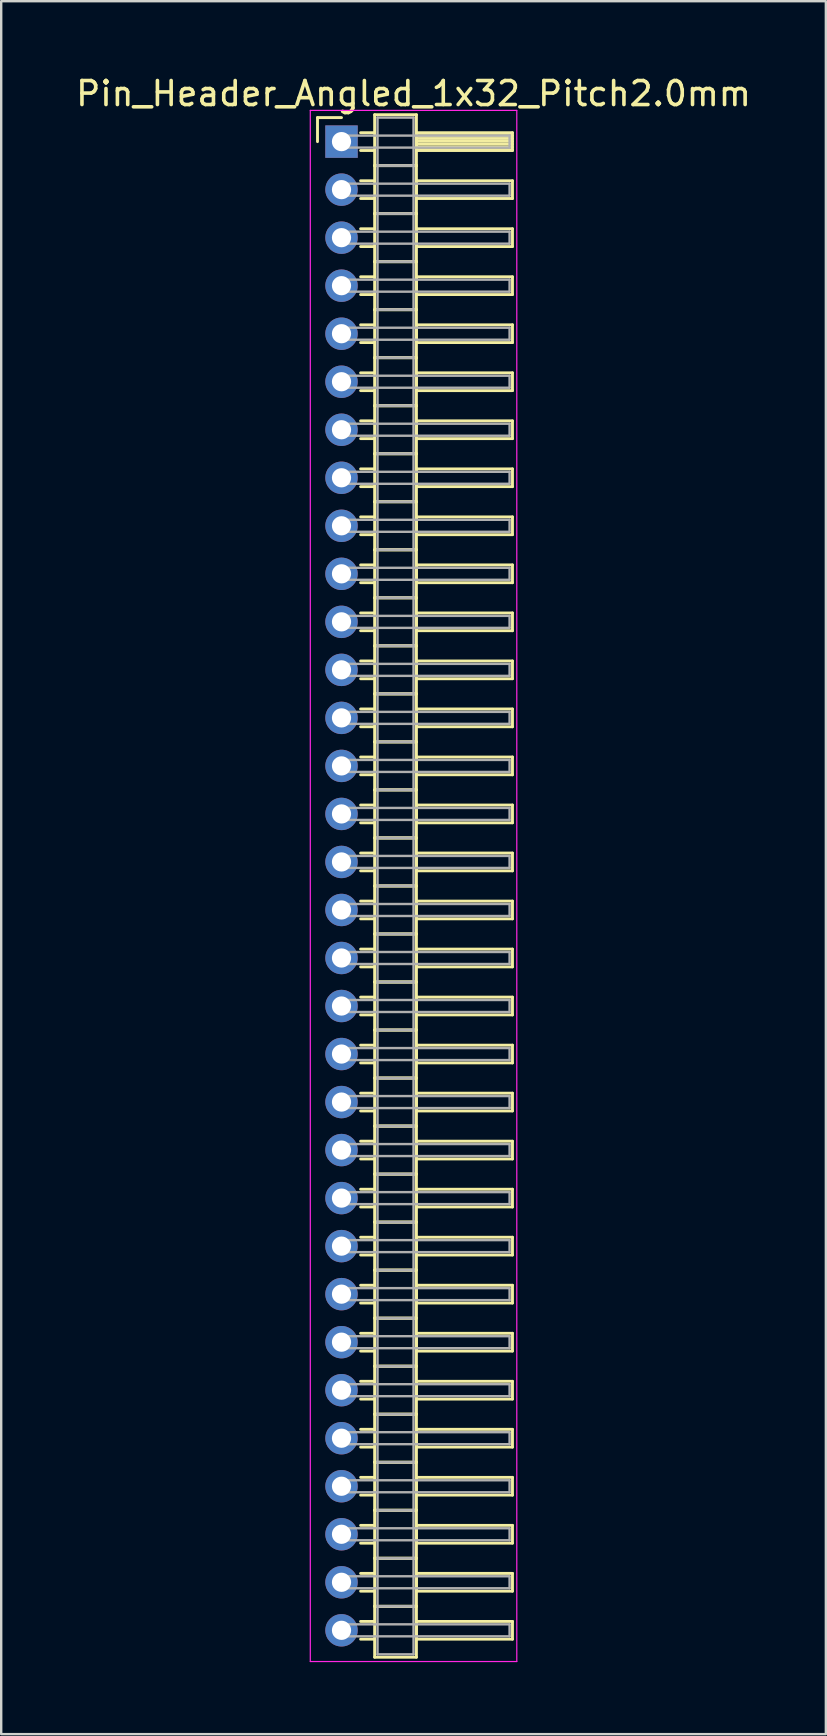
<source format=kicad_pcb>
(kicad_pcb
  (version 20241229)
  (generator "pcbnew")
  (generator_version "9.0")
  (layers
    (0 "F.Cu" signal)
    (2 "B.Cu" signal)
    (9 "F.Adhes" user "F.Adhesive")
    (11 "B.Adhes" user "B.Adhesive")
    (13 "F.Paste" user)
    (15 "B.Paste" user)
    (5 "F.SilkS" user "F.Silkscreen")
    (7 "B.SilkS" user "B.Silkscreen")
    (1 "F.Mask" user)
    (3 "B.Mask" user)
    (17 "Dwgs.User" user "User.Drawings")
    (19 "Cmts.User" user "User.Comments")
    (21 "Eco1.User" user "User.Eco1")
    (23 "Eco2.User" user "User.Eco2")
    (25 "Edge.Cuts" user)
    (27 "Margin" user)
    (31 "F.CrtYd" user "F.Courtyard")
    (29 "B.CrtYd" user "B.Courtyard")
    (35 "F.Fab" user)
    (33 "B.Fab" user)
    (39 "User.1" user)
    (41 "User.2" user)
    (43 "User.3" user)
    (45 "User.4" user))
  (footprint "Pin_Header_Angled_1x32_Pitch2.0mm"
    (layer "F.Cu")
    (at 11.173 2.848)
    (property "Reference" "Pin_Header_Angled_1x32_Pitch2.0mm" (at 3 -2 0) (layer "F.SilkS") (effects (font (size 1 1) (thickness 0.15))))
    (attr through_hole)
    (fp_line (start -1 -1) (end 0 -1) (stroke (width 0.12) (type solid)) (layer "F.SilkS"))
    (fp_line (start -1 0) (end -1 -1) (stroke (width 0.12) (type solid)) (layer "F.SilkS"))
    (fp_line (start 0.795 -0.37) (end 1.38 -0.37) (stroke (width 0.12) (type solid)) (layer "F.SilkS"))
    (fp_line (start 0.795 0.37) (end 1.38 0.37) (stroke (width 0.12) (type solid)) (layer "F.SilkS"))
    (fp_line (start 0.795 1.63) (end 1.38 1.63) (stroke (width 0.12) (type solid)) (layer "F.SilkS"))
    (fp_line (start 0.795 2.37) (end 1.38 2.37) (stroke (width 0.12) (type solid)) (layer "F.SilkS"))
    (fp_line (start 0.795 3.63) (end 1.38 3.63) (stroke (width 0.12) (type solid)) (layer "F.SilkS"))
    (fp_line (start 0.795 4.37) (end 1.38 4.37) (stroke (width 0.12) (type solid)) (layer "F.SilkS"))
    (fp_line (start 0.795 5.63) (end 1.38 5.63) (stroke (width 0.12) (type solid)) (layer "F.SilkS"))
    (fp_line (start 0.795 6.37) (end 1.38 6.37) (stroke (width 0.12) (type solid)) (layer "F.SilkS"))
    (fp_line (start 0.795 7.63) (end 1.38 7.63) (stroke (width 0.12) (type solid)) (layer "F.SilkS"))
    (fp_line (start 0.795 8.37) (end 1.38 8.37) (stroke (width 0.12) (type solid)) (layer "F.SilkS"))
    (fp_line (start 0.795 9.63) (end 1.38 9.63) (stroke (width 0.12) (type solid)) (layer "F.SilkS"))
    (fp_line (start 0.795 10.37) (end 1.38 10.37) (stroke (width 0.12) (type solid)) (layer "F.SilkS"))
    (fp_line (start 0.795 11.63) (end 1.38 11.63) (stroke (width 0.12) (type solid)) (layer "F.SilkS"))
    (fp_line (start 0.795 12.37) (end 1.38 12.37) (stroke (width 0.12) (type solid)) (layer "F.SilkS"))
    (fp_line (start 0.795 13.63) (end 1.38 13.63) (stroke (width 0.12) (type solid)) (layer "F.SilkS"))
    (fp_line (start 0.795 14.37) (end 1.38 14.37) (stroke (width 0.12) (type solid)) (layer "F.SilkS"))
    (fp_line (start 0.795 15.63) (end 1.38 15.63) (stroke (width 0.12) (type solid)) (layer "F.SilkS"))
    (fp_line (start 0.795 16.37) (end 1.38 16.37) (stroke (width 0.12) (type solid)) (layer "F.SilkS"))
    (fp_line (start 0.795 17.63) (end 1.38 17.63) (stroke (width 0.12) (type solid)) (layer "F.SilkS"))
    (fp_line (start 0.795 18.37) (end 1.38 18.37) (stroke (width 0.12) (type solid)) (layer "F.SilkS"))
    (fp_line (start 0.795 19.63) (end 1.38 19.63) (stroke (width 0.12) (type solid)) (layer "F.SilkS"))
    (fp_line (start 0.795 20.37) (end 1.38 20.37) (stroke (width 0.12) (type solid)) (layer "F.SilkS"))
    (fp_line (start 0.795 21.63) (end 1.38 21.63) (stroke (width 0.12) (type solid)) (layer "F.SilkS"))
    (fp_line (start 0.795 22.37) (end 1.38 22.37) (stroke (width 0.12) (type solid)) (layer "F.SilkS"))
    (fp_line (start 0.795 23.63) (end 1.38 23.63) (stroke (width 0.12) (type solid)) (layer "F.SilkS"))
    (fp_line (start 0.795 24.37) (end 1.38 24.37) (stroke (width 0.12) (type solid)) (layer "F.SilkS"))
    (fp_line (start 0.795 25.63) (end 1.38 25.63) (stroke (width 0.12) (type solid)) (layer "F.SilkS"))
    (fp_line (start 0.795 26.37) (end 1.38 26.37) (stroke (width 0.12) (type solid)) (layer "F.SilkS"))
    (fp_line (start 0.795 27.63) (end 1.38 27.63) (stroke (width 0.12) (type solid)) (layer "F.SilkS"))
    (fp_line (start 0.795 28.37) (end 1.38 28.37) (stroke (width 0.12) (type solid)) (layer "F.SilkS"))
    (fp_line (start 0.795 29.63) (end 1.38 29.63) (stroke (width 0.12) (type solid)) (layer "F.SilkS"))
    (fp_line (start 0.795 30.37) (end 1.38 30.37) (stroke (width 0.12) (type solid)) (layer "F.SilkS"))
    (fp_line (start 0.795 31.63) (end 1.38 31.63) (stroke (width 0.12) (type solid)) (layer "F.SilkS"))
    (fp_line (start 0.795 32.37) (end 1.38 32.37) (stroke (width 0.12) (type solid)) (layer "F.SilkS"))
    (fp_line (start 0.795 33.63) (end 1.38 33.63) (stroke (width 0.12) (type solid)) (layer "F.SilkS"))
    (fp_line (start 0.795 34.37) (end 1.38 34.37) (stroke (width 0.12) (type solid)) (layer "F.SilkS"))
    (fp_line (start 0.795 35.63) (end 1.38 35.63) (stroke (width 0.12) (type solid)) (layer "F.SilkS"))
    (fp_line (start 0.795 36.37) (end 1.38 36.37) (stroke (width 0.12) (type solid)) (layer "F.SilkS"))
    (fp_line (start 0.795 37.63) (end 1.38 37.63) (stroke (width 0.12) (type solid)) (layer "F.SilkS"))
    (fp_line (start 0.795 38.37) (end 1.38 38.37) (stroke (width 0.12) (type solid)) (layer "F.SilkS"))
    (fp_line (start 0.795 39.63) (end 1.38 39.63) (stroke (width 0.12) (type solid)) (layer "F.SilkS"))
    (fp_line (start 0.795 40.37) (end 1.38 40.37) (stroke (width 0.12) (type solid)) (layer "F.SilkS"))
    (fp_line (start 0.795 41.63) (end 1.38 41.63) (stroke (width 0.12) (type solid)) (layer "F.SilkS"))
    (fp_line (start 0.795 42.37) (end 1.38 42.37) (stroke (width 0.12) (type solid)) (layer "F.SilkS"))
    (fp_line (start 0.795 43.63) (end 1.38 43.63) (stroke (width 0.12) (type solid)) (layer "F.SilkS"))
    (fp_line (start 0.795 44.37) (end 1.38 44.37) (stroke (width 0.12) (type solid)) (layer "F.SilkS"))
    (fp_line (start 0.795 45.63) (end 1.38 45.63) (stroke (width 0.12) (type solid)) (layer "F.SilkS"))
    (fp_line (start 0.795 46.37) (end 1.38 46.37) (stroke (width 0.12) (type solid)) (layer "F.SilkS"))
    (fp_line (start 0.795 47.63) (end 1.38 47.63) (stroke (width 0.12) (type solid)) (layer "F.SilkS"))
    (fp_line (start 0.795 48.37) (end 1.38 48.37) (stroke (width 0.12) (type solid)) (layer "F.SilkS"))
    (fp_line (start 0.795 49.63) (end 1.38 49.63) (stroke (width 0.12) (type solid)) (layer "F.SilkS"))
    (fp_line (start 0.795 50.37) (end 1.38 50.37) (stroke (width 0.12) (type solid)) (layer "F.SilkS"))
    (fp_line (start 0.795 51.63) (end 1.38 51.63) (stroke (width 0.12) (type solid)) (layer "F.SilkS"))
    (fp_line (start 0.795 52.37) (end 1.38 52.37) (stroke (width 0.12) (type solid)) (layer "F.SilkS"))
    (fp_line (start 0.795 53.63) (end 1.38 53.63) (stroke (width 0.12) (type solid)) (layer "F.SilkS"))
    (fp_line (start 0.795 54.37) (end 1.38 54.37) (stroke (width 0.12) (type solid)) (layer "F.SilkS"))
    (fp_line (start 0.795 55.63) (end 1.38 55.63) (stroke (width 0.12) (type solid)) (layer "F.SilkS"))
    (fp_line (start 0.795 56.37) (end 1.38 56.37) (stroke (width 0.12) (type solid)) (layer "F.SilkS"))
    (fp_line (start 0.795 57.63) (end 1.38 57.63) (stroke (width 0.12) (type solid)) (layer "F.SilkS"))
    (fp_line (start 0.795 58.37) (end 1.38 58.37) (stroke (width 0.12) (type solid)) (layer "F.SilkS"))
    (fp_line (start 0.795 59.63) (end 1.38 59.63) (stroke (width 0.12) (type solid)) (layer "F.SilkS"))
    (fp_line (start 0.795 60.37) (end 1.38 60.37) (stroke (width 0.12) (type solid)) (layer "F.SilkS"))
    (fp_line (start 0.795 61.63) (end 1.38 61.63) (stroke (width 0.12) (type solid)) (layer "F.SilkS"))
    (fp_line (start 0.795 62.37) (end 1.38 62.37) (stroke (width 0.12) (type solid)) (layer "F.SilkS"))
    (fp_line (start 1.38 -1.12) (end 1.38 1) (stroke (width 0.12) (type solid)) (layer "F.SilkS"))
    (fp_line (start 1.38 1) (end 1.38 3) (stroke (width 0.12) (type solid)) (layer "F.SilkS"))
    (fp_line (start 1.38 1) (end 3.12 1) (stroke (width 0.12) (type solid)) (layer "F.SilkS"))
    (fp_line (start 1.38 3) (end 1.38 5) (stroke (width 0.12) (type solid)) (layer "F.SilkS"))
    (fp_line (start 1.38 3) (end 3.12 3) (stroke (width 0.12) (type solid)) (layer "F.SilkS"))
    (fp_line (start 1.38 5) (end 1.38 7) (stroke (width 0.12) (type solid)) (layer "F.SilkS"))
    (fp_line (start 1.38 5) (end 3.12 5) (stroke (width 0.12) (type solid)) (layer "F.SilkS"))
    (fp_line (start 1.38 7) (end 1.38 9) (stroke (width 0.12) (type solid)) (layer "F.SilkS"))
    (fp_line (start 1.38 7) (end 3.12 7) (stroke (width 0.12) (type solid)) (layer "F.SilkS"))
    (fp_line (start 1.38 9) (end 1.38 11) (stroke (width 0.12) (type solid)) (layer "F.SilkS"))
    (fp_line (start 1.38 9) (end 3.12 9) (stroke (width 0.12) (type solid)) (layer "F.SilkS"))
    (fp_line (start 1.38 11) (end 1.38 13) (stroke (width 0.12) (type solid)) (layer "F.SilkS"))
    (fp_line (start 1.38 11) (end 3.12 11) (stroke (width 0.12) (type solid)) (layer "F.SilkS"))
    (fp_line (start 1.38 13) (end 1.38 15) (stroke (width 0.12) (type solid)) (layer "F.SilkS"))
    (fp_line (start 1.38 13) (end 3.12 13) (stroke (width 0.12) (type solid)) (layer "F.SilkS"))
    (fp_line (start 1.38 15) (end 1.38 17) (stroke (width 0.12) (type solid)) (layer "F.SilkS"))
    (fp_line (start 1.38 15) (end 3.12 15) (stroke (width 0.12) (type solid)) (layer "F.SilkS"))
    (fp_line (start 1.38 17) (end 1.38 19) (stroke (width 0.12) (type solid)) (layer "F.SilkS"))
    (fp_line (start 1.38 17) (end 3.12 17) (stroke (width 0.12) (type solid)) (layer "F.SilkS"))
    (fp_line (start 1.38 19) (end 1.38 21) (stroke (width 0.12) (type solid)) (layer "F.SilkS"))
    (fp_line (start 1.38 19) (end 3.12 19) (stroke (width 0.12) (type solid)) (layer "F.SilkS"))
    (fp_line (start 1.38 21) (end 1.38 23) (stroke (width 0.12) (type solid)) (layer "F.SilkS"))
    (fp_line (start 1.38 21) (end 3.12 21) (stroke (width 0.12) (type solid)) (layer "F.SilkS"))
    (fp_line (start 1.38 23) (end 1.38 25) (stroke (width 0.12) (type solid)) (layer "F.SilkS"))
    (fp_line (start 1.38 23) (end 3.12 23) (stroke (width 0.12) (type solid)) (layer "F.SilkS"))
    (fp_line (start 1.38 25) (end 1.38 27) (stroke (width 0.12) (type solid)) (layer "F.SilkS"))
    (fp_line (start 1.38 25) (end 3.12 25) (stroke (width 0.12) (type solid)) (layer "F.SilkS"))
    (fp_line (start 1.38 27) (end 1.38 29) (stroke (width 0.12) (type solid)) (layer "F.SilkS"))
    (fp_line (start 1.38 27) (end 3.12 27) (stroke (width 0.12) (type solid)) (layer "F.SilkS"))
    (fp_line (start 1.38 29) (end 1.38 31) (stroke (width 0.12) (type solid)) (layer "F.SilkS"))
    (fp_line (start 1.38 29) (end 3.12 29) (stroke (width 0.12) (type solid)) (layer "F.SilkS"))
    (fp_line (start 1.38 31) (end 1.38 33) (stroke (width 0.12) (type solid)) (layer "F.SilkS"))
    (fp_line (start 1.38 31) (end 3.12 31) (stroke (width 0.12) (type solid)) (layer "F.SilkS"))
    (fp_line (start 1.38 33) (end 1.38 35) (stroke (width 0.12) (type solid)) (layer "F.SilkS"))
    (fp_line (start 1.38 33) (end 3.12 33) (stroke (width 0.12) (type solid)) (layer "F.SilkS"))
    (fp_line (start 1.38 35) (end 1.38 37) (stroke (width 0.12) (type solid)) (layer "F.SilkS"))
    (fp_line (start 1.38 35) (end 3.12 35) (stroke (width 0.12) (type solid)) (layer "F.SilkS"))
    (fp_line (start 1.38 37) (end 1.38 39) (stroke (width 0.12) (type solid)) (layer "F.SilkS"))
    (fp_line (start 1.38 37) (end 3.12 37) (stroke (width 0.12) (type solid)) (layer "F.SilkS"))
    (fp_line (start 1.38 39) (end 1.38 41) (stroke (width 0.12) (type solid)) (layer "F.SilkS"))
    (fp_line (start 1.38 39) (end 3.12 39) (stroke (width 0.12) (type solid)) (layer "F.SilkS"))
    (fp_line (start 1.38 41) (end 1.38 43) (stroke (width 0.12) (type solid)) (layer "F.SilkS"))
    (fp_line (start 1.38 41) (end 3.12 41) (stroke (width 0.12) (type solid)) (layer "F.SilkS"))
    (fp_line (start 1.38 43) (end 1.38 45) (stroke (width 0.12) (type solid)) (layer "F.SilkS"))
    (fp_line (start 1.38 43) (end 3.12 43) (stroke (width 0.12) (type solid)) (layer "F.SilkS"))
    (fp_line (start 1.38 45) (end 1.38 47) (stroke (width 0.12) (type solid)) (layer "F.SilkS"))
    (fp_line (start 1.38 45) (end 3.12 45) (stroke (width 0.12) (type solid)) (layer "F.SilkS"))
    (fp_line (start 1.38 47) (end 1.38 49) (stroke (width 0.12) (type solid)) (layer "F.SilkS"))
    (fp_line (start 1.38 47) (end 3.12 47) (stroke (width 0.12) (type solid)) (layer "F.SilkS"))
    (fp_line (start 1.38 49) (end 1.38 51) (stroke (width 0.12) (type solid)) (layer "F.SilkS"))
    (fp_line (start 1.38 49) (end 3.12 49) (stroke (width 0.12) (type solid)) (layer "F.SilkS"))
    (fp_line (start 1.38 51) (end 1.38 53) (stroke (width 0.12) (type solid)) (layer "F.SilkS"))
    (fp_line (start 1.38 51) (end 3.12 51) (stroke (width 0.12) (type solid)) (layer "F.SilkS"))
    (fp_line (start 1.38 53) (end 1.38 55) (stroke (width 0.12) (type solid)) (layer "F.SilkS"))
    (fp_line (start 1.38 53) (end 3.12 53) (stroke (width 0.12) (type solid)) (layer "F.SilkS"))
    (fp_line (start 1.38 55) (end 1.38 57) (stroke (width 0.12) (type solid)) (layer "F.SilkS"))
    (fp_line (start 1.38 55) (end 3.12 55) (stroke (width 0.12) (type solid)) (layer "F.SilkS"))
    (fp_line (start 1.38 57) (end 1.38 59) (stroke (width 0.12) (type solid)) (layer "F.SilkS"))
    (fp_line (start 1.38 57) (end 3.12 57) (stroke (width 0.12) (type solid)) (layer "F.SilkS"))
    (fp_line (start 1.38 59) (end 1.38 61) (stroke (width 0.12) (type solid)) (layer "F.SilkS"))
    (fp_line (start 1.38 59) (end 3.12 59) (stroke (width 0.12) (type solid)) (layer "F.SilkS"))
    (fp_line (start 1.38 61) (end 1.38 63.12) (stroke (width 0.12) (type solid)) (layer "F.SilkS"))
    (fp_line (start 1.38 61) (end 3.12 61) (stroke (width 0.12) (type solid)) (layer "F.SilkS"))
    (fp_line (start 1.38 63.12) (end 3.12 63.12) (stroke (width 0.12) (type solid)) (layer "F.SilkS"))
    (fp_line (start 3.12 -1.12) (end 1.38 -1.12) (stroke (width 0.12) (type solid)) (layer "F.SilkS"))
    (fp_line (start 3.12 -0.37) (end 3.12 0.37) (stroke (width 0.12) (type solid)) (layer "F.SilkS"))
    (fp_line (start 3.12 -0.25) (end 7.12 -0.25) (stroke (width 0.12) (type solid)) (layer "F.SilkS"))
    (fp_line (start 3.12 -0.13) (end 7.12 -0.13) (stroke (width 0.12) (type solid)) (layer "F.SilkS"))
    (fp_line (start 3.12 -0.01) (end 7.12 -0.01) (stroke (width 0.12) (type solid)) (layer "F.SilkS"))
    (fp_line (start 3.12 0.11) (end 7.12 0.11) (stroke (width 0.12) (type solid)) (layer "F.SilkS"))
    (fp_line (start 3.12 0.23) (end 7.12 0.23) (stroke (width 0.12) (type solid)) (layer "F.SilkS"))
    (fp_line (start 3.12 0.35) (end 7.12 0.35) (stroke (width 0.12) (type solid)) (layer "F.SilkS"))
    (fp_line (start 3.12 0.37) (end 7.12 0.37) (stroke (width 0.12) (type solid)) (layer "F.SilkS"))
    (fp_line (start 3.12 1) (end 1.38 1) (stroke (width 0.12) (type solid)) (layer "F.SilkS"))
    (fp_line (start 3.12 1) (end 3.12 -1.12) (stroke (width 0.12) (type solid)) (layer "F.SilkS"))
    (fp_line (start 3.12 1.63) (end 3.12 2.37) (stroke (width 0.12) (type solid)) (layer "F.SilkS"))
    (fp_line (start 3.12 2.37) (end 7.12 2.37) (stroke (width 0.12) (type solid)) (layer "F.SilkS"))
    (fp_line (start 3.12 3) (end 1.38 3) (stroke (width 0.12) (type solid)) (layer "F.SilkS"))
    (fp_line (start 3.12 3) (end 3.12 1) (stroke (width 0.12) (type solid)) (layer "F.SilkS"))
    (fp_line (start 3.12 3.63) (end 3.12 4.37) (stroke (width 0.12) (type solid)) (layer "F.SilkS"))
    (fp_line (start 3.12 4.37) (end 7.12 4.37) (stroke (width 0.12) (type solid)) (layer "F.SilkS"))
    (fp_line (start 3.12 5) (end 1.38 5) (stroke (width 0.12) (type solid)) (layer "F.SilkS"))
    (fp_line (start 3.12 5) (end 3.12 3) (stroke (width 0.12) (type solid)) (layer "F.SilkS"))
    (fp_line (start 3.12 5.63) (end 3.12 6.37) (stroke (width 0.12) (type solid)) (layer "F.SilkS"))
    (fp_line (start 3.12 6.37) (end 7.12 6.37) (stroke (width 0.12) (type solid)) (layer "F.SilkS"))
    (fp_line (start 3.12 7) (end 1.38 7) (stroke (width 0.12) (type solid)) (layer "F.SilkS"))
    (fp_line (start 3.12 7) (end 3.12 5) (stroke (width 0.12) (type solid)) (layer "F.SilkS"))
    (fp_line (start 3.12 7.63) (end 3.12 8.37) (stroke (width 0.12) (type solid)) (layer "F.SilkS"))
    (fp_line (start 3.12 8.37) (end 7.12 8.37) (stroke (width 0.12) (type solid)) (layer "F.SilkS"))
    (fp_line (start 3.12 9) (end 1.38 9) (stroke (width 0.12) (type solid)) (layer "F.SilkS"))
    (fp_line (start 3.12 9) (end 3.12 7) (stroke (width 0.12) (type solid)) (layer "F.SilkS"))
    (fp_line (start 3.12 9.63) (end 3.12 10.37) (stroke (width 0.12) (type solid)) (layer "F.SilkS"))
    (fp_line (start 3.12 10.37) (end 7.12 10.37) (stroke (width 0.12) (type solid)) (layer "F.SilkS"))
    (fp_line (start 3.12 11) (end 1.38 11) (stroke (width 0.12) (type solid)) (layer "F.SilkS"))
    (fp_line (start 3.12 11) (end 3.12 9) (stroke (width 0.12) (type solid)) (layer "F.SilkS"))
    (fp_line (start 3.12 11.63) (end 3.12 12.37) (stroke (width 0.12) (type solid)) (layer "F.SilkS"))
    (fp_line (start 3.12 12.37) (end 7.12 12.37) (stroke (width 0.12) (type solid)) (layer "F.SilkS"))
    (fp_line (start 3.12 13) (end 1.38 13) (stroke (width 0.12) (type solid)) (layer "F.SilkS"))
    (fp_line (start 3.12 13) (end 3.12 11) (stroke (width 0.12) (type solid)) (layer "F.SilkS"))
    (fp_line (start 3.12 13.63) (end 3.12 14.37) (stroke (width 0.12) (type solid)) (layer "F.SilkS"))
    (fp_line (start 3.12 14.37) (end 7.12 14.37) (stroke (width 0.12) (type solid)) (layer "F.SilkS"))
    (fp_line (start 3.12 15) (end 1.38 15) (stroke (width 0.12) (type solid)) (layer "F.SilkS"))
    (fp_line (start 3.12 15) (end 3.12 13) (stroke (width 0.12) (type solid)) (layer "F.SilkS"))
    (fp_line (start 3.12 15.63) (end 3.12 16.37) (stroke (width 0.12) (type solid)) (layer "F.SilkS"))
    (fp_line (start 3.12 16.37) (end 7.12 16.37) (stroke (width 0.12) (type solid)) (layer "F.SilkS"))
    (fp_line (start 3.12 17) (end 1.38 17) (stroke (width 0.12) (type solid)) (layer "F.SilkS"))
    (fp_line (start 3.12 17) (end 3.12 15) (stroke (width 0.12) (type solid)) (layer "F.SilkS"))
    (fp_line (start 3.12 17.63) (end 3.12 18.37) (stroke (width 0.12) (type solid)) (layer "F.SilkS"))
    (fp_line (start 3.12 18.37) (end 7.12 18.37) (stroke (width 0.12) (type solid)) (layer "F.SilkS"))
    (fp_line (start 3.12 19) (end 1.38 19) (stroke (width 0.12) (type solid)) (layer "F.SilkS"))
    (fp_line (start 3.12 19) (end 3.12 17) (stroke (width 0.12) (type solid)) (layer "F.SilkS"))
    (fp_line (start 3.12 19.63) (end 3.12 20.37) (stroke (width 0.12) (type solid)) (layer "F.SilkS"))
    (fp_line (start 3.12 20.37) (end 7.12 20.37) (stroke (width 0.12) (type solid)) (layer "F.SilkS"))
    (fp_line (start 3.12 21) (end 1.38 21) (stroke (width 0.12) (type solid)) (layer "F.SilkS"))
    (fp_line (start 3.12 21) (end 3.12 19) (stroke (width 0.12) (type solid)) (layer "F.SilkS"))
    (fp_line (start 3.12 21.63) (end 3.12 22.37) (stroke (width 0.12) (type solid)) (layer "F.SilkS"))
    (fp_line (start 3.12 22.37) (end 7.12 22.37) (stroke (width 0.12) (type solid)) (layer "F.SilkS"))
    (fp_line (start 3.12 23) (end 1.38 23) (stroke (width 0.12) (type solid)) (layer "F.SilkS"))
    (fp_line (start 3.12 23) (end 3.12 21) (stroke (width 0.12) (type solid)) (layer "F.SilkS"))
    (fp_line (start 3.12 23.63) (end 3.12 24.37) (stroke (width 0.12) (type solid)) (layer "F.SilkS"))
    (fp_line (start 3.12 24.37) (end 7.12 24.37) (stroke (width 0.12) (type solid)) (layer "F.SilkS"))
    (fp_line (start 3.12 25) (end 1.38 25) (stroke (width 0.12) (type solid)) (layer "F.SilkS"))
    (fp_line (start 3.12 25) (end 3.12 23) (stroke (width 0.12) (type solid)) (layer "F.SilkS"))
    (fp_line (start 3.12 25.63) (end 3.12 26.37) (stroke (width 0.12) (type solid)) (layer "F.SilkS"))
    (fp_line (start 3.12 26.37) (end 7.12 26.37) (stroke (width 0.12) (type solid)) (layer "F.SilkS"))
    (fp_line (start 3.12 27) (end 1.38 27) (stroke (width 0.12) (type solid)) (layer "F.SilkS"))
    (fp_line (start 3.12 27) (end 3.12 25) (stroke (width 0.12) (type solid)) (layer "F.SilkS"))
    (fp_line (start 3.12 27.63) (end 3.12 28.37) (stroke (width 0.12) (type solid)) (layer "F.SilkS"))
    (fp_line (start 3.12 28.37) (end 7.12 28.37) (stroke (width 0.12) (type solid)) (layer "F.SilkS"))
    (fp_line (start 3.12 29) (end 1.38 29) (stroke (width 0.12) (type solid)) (layer "F.SilkS"))
    (fp_line (start 3.12 29) (end 3.12 27) (stroke (width 0.12) (type solid)) (layer "F.SilkS"))
    (fp_line (start 3.12 29.63) (end 3.12 30.37) (stroke (width 0.12) (type solid)) (layer "F.SilkS"))
    (fp_line (start 3.12 30.37) (end 7.12 30.37) (stroke (width 0.12) (type solid)) (layer "F.SilkS"))
    (fp_line (start 3.12 31) (end 1.38 31) (stroke (width 0.12) (type solid)) (layer "F.SilkS"))
    (fp_line (start 3.12 31) (end 3.12 29) (stroke (width 0.12) (type solid)) (layer "F.SilkS"))
    (fp_line (start 3.12 31.63) (end 3.12 32.37) (stroke (width 0.12) (type solid)) (layer "F.SilkS"))
    (fp_line (start 3.12 32.37) (end 7.12 32.37) (stroke (width 0.12) (type solid)) (layer "F.SilkS"))
    (fp_line (start 3.12 33) (end 1.38 33) (stroke (width 0.12) (type solid)) (layer "F.SilkS"))
    (fp_line (start 3.12 33) (end 3.12 31) (stroke (width 0.12) (type solid)) (layer "F.SilkS"))
    (fp_line (start 3.12 33.63) (end 3.12 34.37) (stroke (width 0.12) (type solid)) (layer "F.SilkS"))
    (fp_line (start 3.12 34.37) (end 7.12 34.37) (stroke (width 0.12) (type solid)) (layer "F.SilkS"))
    (fp_line (start 3.12 35) (end 1.38 35) (stroke (width 0.12) (type solid)) (layer "F.SilkS"))
    (fp_line (start 3.12 35) (end 3.12 33) (stroke (width 0.12) (type solid)) (layer "F.SilkS"))
    (fp_line (start 3.12 35.63) (end 3.12 36.37) (stroke (width 0.12) (type solid)) (layer "F.SilkS"))
    (fp_line (start 3.12 36.37) (end 7.12 36.37) (stroke (width 0.12) (type solid)) (layer "F.SilkS"))
    (fp_line (start 3.12 37) (end 1.38 37) (stroke (width 0.12) (type solid)) (layer "F.SilkS"))
    (fp_line (start 3.12 37) (end 3.12 35) (stroke (width 0.12) (type solid)) (layer "F.SilkS"))
    (fp_line (start 3.12 37.63) (end 3.12 38.37) (stroke (width 0.12) (type solid)) (layer "F.SilkS"))
    (fp_line (start 3.12 38.37) (end 7.12 38.37) (stroke (width 0.12) (type solid)) (layer "F.SilkS"))
    (fp_line (start 3.12 39) (end 1.38 39) (stroke (width 0.12) (type solid)) (layer "F.SilkS"))
    (fp_line (start 3.12 39) (end 3.12 37) (stroke (width 0.12) (type solid)) (layer "F.SilkS"))
    (fp_line (start 3.12 39.63) (end 3.12 40.37) (stroke (width 0.12) (type solid)) (layer "F.SilkS"))
    (fp_line (start 3.12 40.37) (end 7.12 40.37) (stroke (width 0.12) (type solid)) (layer "F.SilkS"))
    (fp_line (start 3.12 41) (end 1.38 41) (stroke (width 0.12) (type solid)) (layer "F.SilkS"))
    (fp_line (start 3.12 41) (end 3.12 39) (stroke (width 0.12) (type solid)) (layer "F.SilkS"))
    (fp_line (start 3.12 41.63) (end 3.12 42.37) (stroke (width 0.12) (type solid)) (layer "F.SilkS"))
    (fp_line (start 3.12 42.37) (end 7.12 42.37) (stroke (width 0.12) (type solid)) (layer "F.SilkS"))
    (fp_line (start 3.12 43) (end 1.38 43) (stroke (width 0.12) (type solid)) (layer "F.SilkS"))
    (fp_line (start 3.12 43) (end 3.12 41) (stroke (width 0.12) (type solid)) (layer "F.SilkS"))
    (fp_line (start 3.12 43.63) (end 3.12 44.37) (stroke (width 0.12) (type solid)) (layer "F.SilkS"))
    (fp_line (start 3.12 44.37) (end 7.12 44.37) (stroke (width 0.12) (type solid)) (layer "F.SilkS"))
    (fp_line (start 3.12 45) (end 1.38 45) (stroke (width 0.12) (type solid)) (layer "F.SilkS"))
    (fp_line (start 3.12 45) (end 3.12 43) (stroke (width 0.12) (type solid)) (layer "F.SilkS"))
    (fp_line (start 3.12 45.63) (end 3.12 46.37) (stroke (width 0.12) (type solid)) (layer "F.SilkS"))
    (fp_line (start 3.12 46.37) (end 7.12 46.37) (stroke (width 0.12) (type solid)) (layer "F.SilkS"))
    (fp_line (start 3.12 47) (end 1.38 47) (stroke (width 0.12) (type solid)) (layer "F.SilkS"))
    (fp_line (start 3.12 47) (end 3.12 45) (stroke (width 0.12) (type solid)) (layer "F.SilkS"))
    (fp_line (start 3.12 47.63) (end 3.12 48.37) (stroke (width 0.12) (type solid)) (layer "F.SilkS"))
    (fp_line (start 3.12 48.37) (end 7.12 48.37) (stroke (width 0.12) (type solid)) (layer "F.SilkS"))
    (fp_line (start 3.12 49) (end 1.38 49) (stroke (width 0.12) (type solid)) (layer "F.SilkS"))
    (fp_line (start 3.12 49) (end 3.12 47) (stroke (width 0.12) (type solid)) (layer "F.SilkS"))
    (fp_line (start 3.12 49.63) (end 3.12 50.37) (stroke (width 0.12) (type solid)) (layer "F.SilkS"))
    (fp_line (start 3.12 50.37) (end 7.12 50.37) (stroke (width 0.12) (type solid)) (layer "F.SilkS"))
    (fp_line (start 3.12 51) (end 1.38 51) (stroke (width 0.12) (type solid)) (layer "F.SilkS"))
    (fp_line (start 3.12 51) (end 3.12 49) (stroke (width 0.12) (type solid)) (layer "F.SilkS"))
    (fp_line (start 3.12 51.63) (end 3.12 52.37) (stroke (width 0.12) (type solid)) (layer "F.SilkS"))
    (fp_line (start 3.12 52.37) (end 7.12 52.37) (stroke (width 0.12) (type solid)) (layer "F.SilkS"))
    (fp_line (start 3.12 53) (end 1.38 53) (stroke (width 0.12) (type solid)) (layer "F.SilkS"))
    (fp_line (start 3.12 53) (end 3.12 51) (stroke (width 0.12) (type solid)) (layer "F.SilkS"))
    (fp_line (start 3.12 53.63) (end 3.12 54.37) (stroke (width 0.12) (type solid)) (layer "F.SilkS"))
    (fp_line (start 3.12 54.37) (end 7.12 54.37) (stroke (width 0.12) (type solid)) (layer "F.SilkS"))
    (fp_line (start 3.12 55) (end 1.38 55) (stroke (width 0.12) (type solid)) (layer "F.SilkS"))
    (fp_line (start 3.12 55) (end 3.12 53) (stroke (width 0.12) (type solid)) (layer "F.SilkS"))
    (fp_line (start 3.12 55.63) (end 3.12 56.37) (stroke (width 0.12) (type solid)) (layer "F.SilkS"))
    (fp_line (start 3.12 56.37) (end 7.12 56.37) (stroke (width 0.12) (type solid)) (layer "F.SilkS"))
    (fp_line (start 3.12 57) (end 1.38 57) (stroke (width 0.12) (type solid)) (layer "F.SilkS"))
    (fp_line (start 3.12 57) (end 3.12 55) (stroke (width 0.12) (type solid)) (layer "F.SilkS"))
    (fp_line (start 3.12 57.63) (end 3.12 58.37) (stroke (width 0.12) (type solid)) (layer "F.SilkS"))
    (fp_line (start 3.12 58.37) (end 7.12 58.37) (stroke (width 0.12) (type solid)) (layer "F.SilkS"))
    (fp_line (start 3.12 59) (end 1.38 59) (stroke (width 0.12) (type solid)) (layer "F.SilkS"))
    (fp_line (start 3.12 59) (end 3.12 57) (stroke (width 0.12) (type solid)) (layer "F.SilkS"))
    (fp_line (start 3.12 59.63) (end 3.12 60.37) (stroke (width 0.12) (type solid)) (layer "F.SilkS"))
    (fp_line (start 3.12 60.37) (end 7.12 60.37) (stroke (width 0.12) (type solid)) (layer "F.SilkS"))
    (fp_line (start 3.12 61) (end 1.38 61) (stroke (width 0.12) (type solid)) (layer "F.SilkS"))
    (fp_line (start 3.12 61) (end 3.12 59) (stroke (width 0.12) (type solid)) (layer "F.SilkS"))
    (fp_line (start 3.12 61.63) (end 3.12 62.37) (stroke (width 0.12) (type solid)) (layer "F.SilkS"))
    (fp_line (start 3.12 62.37) (end 7.12 62.37) (stroke (width 0.12) (type solid)) (layer "F.SilkS"))
    (fp_line (start 3.12 63.12) (end 3.12 61) (stroke (width 0.12) (type solid)) (layer "F.SilkS"))
    (fp_line (start 7.12 -0.37) (end 3.12 -0.37) (stroke (width 0.12) (type solid)) (layer "F.SilkS"))
    (fp_line (start 7.12 0.37) (end 7.12 -0.37) (stroke (width 0.12) (type solid)) (layer "F.SilkS"))
    (fp_line (start 7.12 1.63) (end 3.12 1.63) (stroke (width 0.12) (type solid)) (layer "F.SilkS"))
    (fp_line (start 7.12 2.37) (end 7.12 1.63) (stroke (width 0.12) (type solid)) (layer "F.SilkS"))
    (fp_line (start 7.12 3.63) (end 3.12 3.63) (stroke (width 0.12) (type solid)) (layer "F.SilkS"))
    (fp_line (start 7.12 4.37) (end 7.12 3.63) (stroke (width 0.12) (type solid)) (layer "F.SilkS"))
    (fp_line (start 7.12 5.63) (end 3.12 5.63) (stroke (width 0.12) (type solid)) (layer "F.SilkS"))
    (fp_line (start 7.12 6.37) (end 7.12 5.63) (stroke (width 0.12) (type solid)) (layer "F.SilkS"))
    (fp_line (start 7.12 7.63) (end 3.12 7.63) (stroke (width 0.12) (type solid)) (layer "F.SilkS"))
    (fp_line (start 7.12 8.37) (end 7.12 7.63) (stroke (width 0.12) (type solid)) (layer "F.SilkS"))
    (fp_line (start 7.12 9.63) (end 3.12 9.63) (stroke (width 0.12) (type solid)) (layer "F.SilkS"))
    (fp_line (start 7.12 10.37) (end 7.12 9.63) (stroke (width 0.12) (type solid)) (layer "F.SilkS"))
    (fp_line (start 7.12 11.63) (end 3.12 11.63) (stroke (width 0.12) (type solid)) (layer "F.SilkS"))
    (fp_line (start 7.12 12.37) (end 7.12 11.63) (stroke (width 0.12) (type solid)) (layer "F.SilkS"))
    (fp_line (start 7.12 13.63) (end 3.12 13.63) (stroke (width 0.12) (type solid)) (layer "F.SilkS"))
    (fp_line (start 7.12 14.37) (end 7.12 13.63) (stroke (width 0.12) (type solid)) (layer "F.SilkS"))
    (fp_line (start 7.12 15.63) (end 3.12 15.63) (stroke (width 0.12) (type solid)) (layer "F.SilkS"))
    (fp_line (start 7.12 16.37) (end 7.12 15.63) (stroke (width 0.12) (type solid)) (layer "F.SilkS"))
    (fp_line (start 7.12 17.63) (end 3.12 17.63) (stroke (width 0.12) (type solid)) (layer "F.SilkS"))
    (fp_line (start 7.12 18.37) (end 7.12 17.63) (stroke (width 0.12) (type solid)) (layer "F.SilkS"))
    (fp_line (start 7.12 19.63) (end 3.12 19.63) (stroke (width 0.12) (type solid)) (layer "F.SilkS"))
    (fp_line (start 7.12 20.37) (end 7.12 19.63) (stroke (width 0.12) (type solid)) (layer "F.SilkS"))
    (fp_line (start 7.12 21.63) (end 3.12 21.63) (stroke (width 0.12) (type solid)) (layer "F.SilkS"))
    (fp_line (start 7.12 22.37) (end 7.12 21.63) (stroke (width 0.12) (type solid)) (layer "F.SilkS"))
    (fp_line (start 7.12 23.63) (end 3.12 23.63) (stroke (width 0.12) (type solid)) (layer "F.SilkS"))
    (fp_line (start 7.12 24.37) (end 7.12 23.63) (stroke (width 0.12) (type solid)) (layer "F.SilkS"))
    (fp_line (start 7.12 25.63) (end 3.12 25.63) (stroke (width 0.12) (type solid)) (layer "F.SilkS"))
    (fp_line (start 7.12 26.37) (end 7.12 25.63) (stroke (width 0.12) (type solid)) (layer "F.SilkS"))
    (fp_line (start 7.12 27.63) (end 3.12 27.63) (stroke (width 0.12) (type solid)) (layer "F.SilkS"))
    (fp_line (start 7.12 28.37) (end 7.12 27.63) (stroke (width 0.12) (type solid)) (layer "F.SilkS"))
    (fp_line (start 7.12 29.63) (end 3.12 29.63) (stroke (width 0.12) (type solid)) (layer "F.SilkS"))
    (fp_line (start 7.12 30.37) (end 7.12 29.63) (stroke (width 0.12) (type solid)) (layer "F.SilkS"))
    (fp_line (start 7.12 31.63) (end 3.12 31.63) (stroke (width 0.12) (type solid)) (layer "F.SilkS"))
    (fp_line (start 7.12 32.37) (end 7.12 31.63) (stroke (width 0.12) (type solid)) (layer "F.SilkS"))
    (fp_line (start 7.12 33.63) (end 3.12 33.63) (stroke (width 0.12) (type solid)) (layer "F.SilkS"))
    (fp_line (start 7.12 34.37) (end 7.12 33.63) (stroke (width 0.12) (type solid)) (layer "F.SilkS"))
    (fp_line (start 7.12 35.63) (end 3.12 35.63) (stroke (width 0.12) (type solid)) (layer "F.SilkS"))
    (fp_line (start 7.12 36.37) (end 7.12 35.63) (stroke (width 0.12) (type solid)) (layer "F.SilkS"))
    (fp_line (start 7.12 37.63) (end 3.12 37.63) (stroke (width 0.12) (type solid)) (layer "F.SilkS"))
    (fp_line (start 7.12 38.37) (end 7.12 37.63) (stroke (width 0.12) (type solid)) (layer "F.SilkS"))
    (fp_line (start 7.12 39.63) (end 3.12 39.63) (stroke (width 0.12) (type solid)) (layer "F.SilkS"))
    (fp_line (start 7.12 40.37) (end 7.12 39.63) (stroke (width 0.12) (type solid)) (layer "F.SilkS"))
    (fp_line (start 7.12 41.63) (end 3.12 41.63) (stroke (width 0.12) (type solid)) (layer "F.SilkS"))
    (fp_line (start 7.12 42.37) (end 7.12 41.63) (stroke (width 0.12) (type solid)) (layer "F.SilkS"))
    (fp_line (start 7.12 43.63) (end 3.12 43.63) (stroke (width 0.12) (type solid)) (layer "F.SilkS"))
    (fp_line (start 7.12 44.37) (end 7.12 43.63) (stroke (width 0.12) (type solid)) (layer "F.SilkS"))
    (fp_line (start 7.12 45.63) (end 3.12 45.63) (stroke (width 0.12) (type solid)) (layer "F.SilkS"))
    (fp_line (start 7.12 46.37) (end 7.12 45.63) (stroke (width 0.12) (type solid)) (layer "F.SilkS"))
    (fp_line (start 7.12 47.63) (end 3.12 47.63) (stroke (width 0.12) (type solid)) (layer "F.SilkS"))
    (fp_line (start 7.12 48.37) (end 7.12 47.63) (stroke (width 0.12) (type solid)) (layer "F.SilkS"))
    (fp_line (start 7.12 49.63) (end 3.12 49.63) (stroke (width 0.12) (type solid)) (layer "F.SilkS"))
    (fp_line (start 7.12 50.37) (end 7.12 49.63) (stroke (width 0.12) (type solid)) (layer "F.SilkS"))
    (fp_line (start 7.12 51.63) (end 3.12 51.63) (stroke (width 0.12) (type solid)) (layer "F.SilkS"))
    (fp_line (start 7.12 52.37) (end 7.12 51.63) (stroke (width 0.12) (type solid)) (layer "F.SilkS"))
    (fp_line (start 7.12 53.63) (end 3.12 53.63) (stroke (width 0.12) (type solid)) (layer "F.SilkS"))
    (fp_line (start 7.12 54.37) (end 7.12 53.63) (stroke (width 0.12) (type solid)) (layer "F.SilkS"))
    (fp_line (start 7.12 55.63) (end 3.12 55.63) (stroke (width 0.12) (type solid)) (layer "F.SilkS"))
    (fp_line (start 7.12 56.37) (end 7.12 55.63) (stroke (width 0.12) (type solid)) (layer "F.SilkS"))
    (fp_line (start 7.12 57.63) (end 3.12 57.63) (stroke (width 0.12) (type solid)) (layer "F.SilkS"))
    (fp_line (start 7.12 58.37) (end 7.12 57.63) (stroke (width 0.12) (type solid)) (layer "F.SilkS"))
    (fp_line (start 7.12 59.63) (end 3.12 59.63) (stroke (width 0.12) (type solid)) (layer "F.SilkS"))
    (fp_line (start 7.12 60.37) (end 7.12 59.63) (stroke (width 0.12) (type solid)) (layer "F.SilkS"))
    (fp_line (start 7.12 61.63) (end 3.12 61.63) (stroke (width 0.12) (type solid)) (layer "F.SilkS"))
    (fp_line (start 7.12 62.37) (end 7.12 61.63) (stroke (width 0.12) (type solid)) (layer "F.SilkS"))
    (fp_line (start -1.3 -1.3) (end -1.3 63.3) (stroke (width 0.05) (type solid)) (layer "F.CrtYd"))
    (fp_line (start -1.3 63.3) (end 7.3 63.3) (stroke (width 0.05) (type solid)) (layer "F.CrtYd"))
    (fp_line (start 7.3 -1.3) (end -1.3 -1.3) (stroke (width 0.05) (type solid)) (layer "F.CrtYd"))
    (fp_line (start 7.3 63.3) (end 7.3 -1.3) (stroke (width 0.05) (type solid)) (layer "F.CrtYd"))
    (fp_line (start 0 -0.25) (end 0 0.25) (stroke (width 0.1) (type solid)) (layer "F.Fab"))
    (fp_line (start 0 0.25) (end 7 0.25) (stroke (width 0.1) (type solid)) (layer "F.Fab"))
    (fp_line (start 0 1.75) (end 0 2.25) (stroke (width 0.1) (type solid)) (layer "F.Fab"))
    (fp_line (start 0 2.25) (end 7 2.25) (stroke (width 0.1) (type solid)) (layer "F.Fab"))
    (fp_line (start 0 3.75) (end 0 4.25) (stroke (width 0.1) (type solid)) (layer "F.Fab"))
    (fp_line (start 0 4.25) (end 7 4.25) (stroke (width 0.1) (type solid)) (layer "F.Fab"))
    (fp_line (start 0 5.75) (end 0 6.25) (stroke (width 0.1) (type solid)) (layer "F.Fab"))
    (fp_line (start 0 6.25) (end 7 6.25) (stroke (width 0.1) (type solid)) (layer "F.Fab"))
    (fp_line (start 0 7.75) (end 0 8.25) (stroke (width 0.1) (type solid)) (layer "F.Fab"))
    (fp_line (start 0 8.25) (end 7 8.25) (stroke (width 0.1) (type solid)) (layer "F.Fab"))
    (fp_line (start 0 9.75) (end 0 10.25) (stroke (width 0.1) (type solid)) (layer "F.Fab"))
    (fp_line (start 0 10.25) (end 7 10.25) (stroke (width 0.1) (type solid)) (layer "F.Fab"))
    (fp_line (start 0 11.75) (end 0 12.25) (stroke (width 0.1) (type solid)) (layer "F.Fab"))
    (fp_line (start 0 12.25) (end 7 12.25) (stroke (width 0.1) (type solid)) (layer "F.Fab"))
    (fp_line (start 0 13.75) (end 0 14.25) (stroke (width 0.1) (type solid)) (layer "F.Fab"))
    (fp_line (start 0 14.25) (end 7 14.25) (stroke (width 0.1) (type solid)) (layer "F.Fab"))
    (fp_line (start 0 15.75) (end 0 16.25) (stroke (width 0.1) (type solid)) (layer "F.Fab"))
    (fp_line (start 0 16.25) (end 7 16.25) (stroke (width 0.1) (type solid)) (layer "F.Fab"))
    (fp_line (start 0 17.75) (end 0 18.25) (stroke (width 0.1) (type solid)) (layer "F.Fab"))
    (fp_line (start 0 18.25) (end 7 18.25) (stroke (width 0.1) (type solid)) (layer "F.Fab"))
    (fp_line (start 0 19.75) (end 0 20.25) (stroke (width 0.1) (type solid)) (layer "F.Fab"))
    (fp_line (start 0 20.25) (end 7 20.25) (stroke (width 0.1) (type solid)) (layer "F.Fab"))
    (fp_line (start 0 21.75) (end 0 22.25) (stroke (width 0.1) (type solid)) (layer "F.Fab"))
    (fp_line (start 0 22.25) (end 7 22.25) (stroke (width 0.1) (type solid)) (layer "F.Fab"))
    (fp_line (start 0 23.75) (end 0 24.25) (stroke (width 0.1) (type solid)) (layer "F.Fab"))
    (fp_line (start 0 24.25) (end 7 24.25) (stroke (width 0.1) (type solid)) (layer "F.Fab"))
    (fp_line (start 0 25.75) (end 0 26.25) (stroke (width 0.1) (type solid)) (layer "F.Fab"))
    (fp_line (start 0 26.25) (end 7 26.25) (stroke (width 0.1) (type solid)) (layer "F.Fab"))
    (fp_line (start 0 27.75) (end 0 28.25) (stroke (width 0.1) (type solid)) (layer "F.Fab"))
    (fp_line (start 0 28.25) (end 7 28.25) (stroke (width 0.1) (type solid)) (layer "F.Fab"))
    (fp_line (start 0 29.75) (end 0 30.25) (stroke (width 0.1) (type solid)) (layer "F.Fab"))
    (fp_line (start 0 30.25) (end 7 30.25) (stroke (width 0.1) (type solid)) (layer "F.Fab"))
    (fp_line (start 0 31.75) (end 0 32.25) (stroke (width 0.1) (type solid)) (layer "F.Fab"))
    (fp_line (start 0 32.25) (end 7 32.25) (stroke (width 0.1) (type solid)) (layer "F.Fab"))
    (fp_line (start 0 33.75) (end 0 34.25) (stroke (width 0.1) (type solid)) (layer "F.Fab"))
    (fp_line (start 0 34.25) (end 7 34.25) (stroke (width 0.1) (type solid)) (layer "F.Fab"))
    (fp_line (start 0 35.75) (end 0 36.25) (stroke (width 0.1) (type solid)) (layer "F.Fab"))
    (fp_line (start 0 36.25) (end 7 36.25) (stroke (width 0.1) (type solid)) (layer "F.Fab"))
    (fp_line (start 0 37.75) (end 0 38.25) (stroke (width 0.1) (type solid)) (layer "F.Fab"))
    (fp_line (start 0 38.25) (end 7 38.25) (stroke (width 0.1) (type solid)) (layer "F.Fab"))
    (fp_line (start 0 39.75) (end 0 40.25) (stroke (width 0.1) (type solid)) (layer "F.Fab"))
    (fp_line (start 0 40.25) (end 7 40.25) (stroke (width 0.1) (type solid)) (layer "F.Fab"))
    (fp_line (start 0 41.75) (end 0 42.25) (stroke (width 0.1) (type solid)) (layer "F.Fab"))
    (fp_line (start 0 42.25) (end 7 42.25) (stroke (width 0.1) (type solid)) (layer "F.Fab"))
    (fp_line (start 0 43.75) (end 0 44.25) (stroke (width 0.1) (type solid)) (layer "F.Fab"))
    (fp_line (start 0 44.25) (end 7 44.25) (stroke (width 0.1) (type solid)) (layer "F.Fab"))
    (fp_line (start 0 45.75) (end 0 46.25) (stroke (width 0.1) (type solid)) (layer "F.Fab"))
    (fp_line (start 0 46.25) (end 7 46.25) (stroke (width 0.1) (type solid)) (layer "F.Fab"))
    (fp_line (start 0 47.75) (end 0 48.25) (stroke (width 0.1) (type solid)) (layer "F.Fab"))
    (fp_line (start 0 48.25) (end 7 48.25) (stroke (width 0.1) (type solid)) (layer "F.Fab"))
    (fp_line (start 0 49.75) (end 0 50.25) (stroke (width 0.1) (type solid)) (layer "F.Fab"))
    (fp_line (start 0 50.25) (end 7 50.25) (stroke (width 0.1) (type solid)) (layer "F.Fab"))
    (fp_line (start 0 51.75) (end 0 52.25) (stroke (width 0.1) (type solid)) (layer "F.Fab"))
    (fp_line (start 0 52.25) (end 7 52.25) (stroke (width 0.1) (type solid)) (layer "F.Fab"))
    (fp_line (start 0 53.75) (end 0 54.25) (stroke (width 0.1) (type solid)) (layer "F.Fab"))
    (fp_line (start 0 54.25) (end 7 54.25) (stroke (width 0.1) (type solid)) (layer "F.Fab"))
    (fp_line (start 0 55.75) (end 0 56.25) (stroke (width 0.1) (type solid)) (layer "F.Fab"))
    (fp_line (start 0 56.25) (end 7 56.25) (stroke (width 0.1) (type solid)) (layer "F.Fab"))
    (fp_line (start 0 57.75) (end 0 58.25) (stroke (width 0.1) (type solid)) (layer "F.Fab"))
    (fp_line (start 0 58.25) (end 7 58.25) (stroke (width 0.1) (type solid)) (layer "F.Fab"))
    (fp_line (start 0 59.75) (end 0 60.25) (stroke (width 0.1) (type solid)) (layer "F.Fab"))
    (fp_line (start 0 60.25) (end 7 60.25) (stroke (width 0.1) (type solid)) (layer "F.Fab"))
    (fp_line (start 0 61.75) (end 0 62.25) (stroke (width 0.1) (type solid)) (layer "F.Fab"))
    (fp_line (start 0 62.25) (end 7 62.25) (stroke (width 0.1) (type solid)) (layer "F.Fab"))
    (fp_line (start 1.5 -1) (end 1.5 1) (stroke (width 0.1) (type solid)) (layer "F.Fab"))
    (fp_line (start 1.5 1) (end 1.5 3) (stroke (width 0.1) (type solid)) (layer "F.Fab"))
    (fp_line (start 1.5 1) (end 3 1) (stroke (width 0.1) (type solid)) (layer "F.Fab"))
    (fp_line (start 1.5 3) (end 1.5 5) (stroke (width 0.1) (type solid)) (layer "F.Fab"))
    (fp_line (start 1.5 3) (end 3 3) (stroke (width 0.1) (type solid)) (layer "F.Fab"))
    (fp_line (start 1.5 5) (end 1.5 7) (stroke (width 0.1) (type solid)) (layer "F.Fab"))
    (fp_line (start 1.5 5) (end 3 5) (stroke (width 0.1) (type solid)) (layer "F.Fab"))
    (fp_line (start 1.5 7) (end 1.5 9) (stroke (width 0.1) (type solid)) (layer "F.Fab"))
    (fp_line (start 1.5 7) (end 3 7) (stroke (width 0.1) (type solid)) (layer "F.Fab"))
    (fp_line (start 1.5 9) (end 1.5 11) (stroke (width 0.1) (type solid)) (layer "F.Fab"))
    (fp_line (start 1.5 9) (end 3 9) (stroke (width 0.1) (type solid)) (layer "F.Fab"))
    (fp_line (start 1.5 11) (end 1.5 13) (stroke (width 0.1) (type solid)) (layer "F.Fab"))
    (fp_line (start 1.5 11) (end 3 11) (stroke (width 0.1) (type solid)) (layer "F.Fab"))
    (fp_line (start 1.5 13) (end 1.5 15) (stroke (width 0.1) (type solid)) (layer "F.Fab"))
    (fp_line (start 1.5 13) (end 3 13) (stroke (width 0.1) (type solid)) (layer "F.Fab"))
    (fp_line (start 1.5 15) (end 1.5 17) (stroke (width 0.1) (type solid)) (layer "F.Fab"))
    (fp_line (start 1.5 15) (end 3 15) (stroke (width 0.1) (type solid)) (layer "F.Fab"))
    (fp_line (start 1.5 17) (end 1.5 19) (stroke (width 0.1) (type solid)) (layer "F.Fab"))
    (fp_line (start 1.5 17) (end 3 17) (stroke (width 0.1) (type solid)) (layer "F.Fab"))
    (fp_line (start 1.5 19) (end 1.5 21) (stroke (width 0.1) (type solid)) (layer "F.Fab"))
    (fp_line (start 1.5 19) (end 3 19) (stroke (width 0.1) (type solid)) (layer "F.Fab"))
    (fp_line (start 1.5 21) (end 1.5 23) (stroke (width 0.1) (type solid)) (layer "F.Fab"))
    (fp_line (start 1.5 21) (end 3 21) (stroke (width 0.1) (type solid)) (layer "F.Fab"))
    (fp_line (start 1.5 23) (end 1.5 25) (stroke (width 0.1) (type solid)) (layer "F.Fab"))
    (fp_line (start 1.5 23) (end 3 23) (stroke (width 0.1) (type solid)) (layer "F.Fab"))
    (fp_line (start 1.5 25) (end 1.5 27) (stroke (width 0.1) (type solid)) (layer "F.Fab"))
    (fp_line (start 1.5 25) (end 3 25) (stroke (width 0.1) (type solid)) (layer "F.Fab"))
    (fp_line (start 1.5 27) (end 1.5 29) (stroke (width 0.1) (type solid)) (layer "F.Fab"))
    (fp_line (start 1.5 27) (end 3 27) (stroke (width 0.1) (type solid)) (layer "F.Fab"))
    (fp_line (start 1.5 29) (end 1.5 31) (stroke (width 0.1) (type solid)) (layer "F.Fab"))
    (fp_line (start 1.5 29) (end 3 29) (stroke (width 0.1) (type solid)) (layer "F.Fab"))
    (fp_line (start 1.5 31) (end 1.5 33) (stroke (width 0.1) (type solid)) (layer "F.Fab"))
    (fp_line (start 1.5 31) (end 3 31) (stroke (width 0.1) (type solid)) (layer "F.Fab"))
    (fp_line (start 1.5 33) (end 1.5 35) (stroke (width 0.1) (type solid)) (layer "F.Fab"))
    (fp_line (start 1.5 33) (end 3 33) (stroke (width 0.1) (type solid)) (layer "F.Fab"))
    (fp_line (start 1.5 35) (end 1.5 37) (stroke (width 0.1) (type solid)) (layer "F.Fab"))
    (fp_line (start 1.5 35) (end 3 35) (stroke (width 0.1) (type solid)) (layer "F.Fab"))
    (fp_line (start 1.5 37) (end 1.5 39) (stroke (width 0.1) (type solid)) (layer "F.Fab"))
    (fp_line (start 1.5 37) (end 3 37) (stroke (width 0.1) (type solid)) (layer "F.Fab"))
    (fp_line (start 1.5 39) (end 1.5 41) (stroke (width 0.1) (type solid)) (layer "F.Fab"))
    (fp_line (start 1.5 39) (end 3 39) (stroke (width 0.1) (type solid)) (layer "F.Fab"))
    (fp_line (start 1.5 41) (end 1.5 43) (stroke (width 0.1) (type solid)) (layer "F.Fab"))
    (fp_line (start 1.5 41) (end 3 41) (stroke (width 0.1) (type solid)) (layer "F.Fab"))
    (fp_line (start 1.5 43) (end 1.5 45) (stroke (width 0.1) (type solid)) (layer "F.Fab"))
    (fp_line (start 1.5 43) (end 3 43) (stroke (width 0.1) (type solid)) (layer "F.Fab"))
    (fp_line (start 1.5 45) (end 1.5 47) (stroke (width 0.1) (type solid)) (layer "F.Fab"))
    (fp_line (start 1.5 45) (end 3 45) (stroke (width 0.1) (type solid)) (layer "F.Fab"))
    (fp_line (start 1.5 47) (end 1.5 49) (stroke (width 0.1) (type solid)) (layer "F.Fab"))
    (fp_line (start 1.5 47) (end 3 47) (stroke (width 0.1) (type solid)) (layer "F.Fab"))
    (fp_line (start 1.5 49) (end 1.5 51) (stroke (width 0.1) (type solid)) (layer "F.Fab"))
    (fp_line (start 1.5 49) (end 3 49) (stroke (width 0.1) (type solid)) (layer "F.Fab"))
    (fp_line (start 1.5 51) (end 1.5 53) (stroke (width 0.1) (type solid)) (layer "F.Fab"))
    (fp_line (start 1.5 51) (end 3 51) (stroke (width 0.1) (type solid)) (layer "F.Fab"))
    (fp_line (start 1.5 53) (end 1.5 55) (stroke (width 0.1) (type solid)) (layer "F.Fab"))
    (fp_line (start 1.5 53) (end 3 53) (stroke (width 0.1) (type solid)) (layer "F.Fab"))
    (fp_line (start 1.5 55) (end 1.5 57) (stroke (width 0.1) (type solid)) (layer "F.Fab"))
    (fp_line (start 1.5 55) (end 3 55) (stroke (width 0.1) (type solid)) (layer "F.Fab"))
    (fp_line (start 1.5 57) (end 1.5 59) (stroke (width 0.1) (type solid)) (layer "F.Fab"))
    (fp_line (start 1.5 57) (end 3 57) (stroke (width 0.1) (type solid)) (layer "F.Fab"))
    (fp_line (start 1.5 59) (end 1.5 61) (stroke (width 0.1) (type solid)) (layer "F.Fab"))
    (fp_line (start 1.5 59) (end 3 59) (stroke (width 0.1) (type solid)) (layer "F.Fab"))
    (fp_line (start 1.5 61) (end 1.5 63) (stroke (width 0.1) (type solid)) (layer "F.Fab"))
    (fp_line (start 1.5 61) (end 3 61) (stroke (width 0.1) (type solid)) (layer "F.Fab"))
    (fp_line (start 1.5 63) (end 3 63) (stroke (width 0.1) (type solid)) (layer "F.Fab"))
    (fp_line (start 3 -1) (end 1.5 -1) (stroke (width 0.1) (type solid)) (layer "F.Fab"))
    (fp_line (start 3 1) (end 1.5 1) (stroke (width 0.1) (type solid)) (layer "F.Fab"))
    (fp_line (start 3 1) (end 3 -1) (stroke (width 0.1) (type solid)) (layer "F.Fab"))
    (fp_line (start 3 3) (end 1.5 3) (stroke (width 0.1) (type solid)) (layer "F.Fab"))
    (fp_line (start 3 3) (end 3 1) (stroke (width 0.1) (type solid)) (layer "F.Fab"))
    (fp_line (start 3 5) (end 1.5 5) (stroke (width 0.1) (type solid)) (layer "F.Fab"))
    (fp_line (start 3 5) (end 3 3) (stroke (width 0.1) (type solid)) (layer "F.Fab"))
    (fp_line (start 3 7) (end 1.5 7) (stroke (width 0.1) (type solid)) (layer "F.Fab"))
    (fp_line (start 3 7) (end 3 5) (stroke (width 0.1) (type solid)) (layer "F.Fab"))
    (fp_line (start 3 9) (end 1.5 9) (stroke (width 0.1) (type solid)) (layer "F.Fab"))
    (fp_line (start 3 9) (end 3 7) (stroke (width 0.1) (type solid)) (layer "F.Fab"))
    (fp_line (start 3 11) (end 1.5 11) (stroke (width 0.1) (type solid)) (layer "F.Fab"))
    (fp_line (start 3 11) (end 3 9) (stroke (width 0.1) (type solid)) (layer "F.Fab"))
    (fp_line (start 3 13) (end 1.5 13) (stroke (width 0.1) (type solid)) (layer "F.Fab"))
    (fp_line (start 3 13) (end 3 11) (stroke (width 0.1) (type solid)) (layer "F.Fab"))
    (fp_line (start 3 15) (end 1.5 15) (stroke (width 0.1) (type solid)) (layer "F.Fab"))
    (fp_line (start 3 15) (end 3 13) (stroke (width 0.1) (type solid)) (layer "F.Fab"))
    (fp_line (start 3 17) (end 1.5 17) (stroke (width 0.1) (type solid)) (layer "F.Fab"))
    (fp_line (start 3 17) (end 3 15) (stroke (width 0.1) (type solid)) (layer "F.Fab"))
    (fp_line (start 3 19) (end 1.5 19) (stroke (width 0.1) (type solid)) (layer "F.Fab"))
    (fp_line (start 3 19) (end 3 17) (stroke (width 0.1) (type solid)) (layer "F.Fab"))
    (fp_line (start 3 21) (end 1.5 21) (stroke (width 0.1) (type solid)) (layer "F.Fab"))
    (fp_line (start 3 21) (end 3 19) (stroke (width 0.1) (type solid)) (layer "F.Fab"))
    (fp_line (start 3 23) (end 1.5 23) (stroke (width 0.1) (type solid)) (layer "F.Fab"))
    (fp_line (start 3 23) (end 3 21) (stroke (width 0.1) (type solid)) (layer "F.Fab"))
    (fp_line (start 3 25) (end 1.5 25) (stroke (width 0.1) (type solid)) (layer "F.Fab"))
    (fp_line (start 3 25) (end 3 23) (stroke (width 0.1) (type solid)) (layer "F.Fab"))
    (fp_line (start 3 27) (end 1.5 27) (stroke (width 0.1) (type solid)) (layer "F.Fab"))
    (fp_line (start 3 27) (end 3 25) (stroke (width 0.1) (type solid)) (layer "F.Fab"))
    (fp_line (start 3 29) (end 1.5 29) (stroke (width 0.1) (type solid)) (layer "F.Fab"))
    (fp_line (start 3 29) (end 3 27) (stroke (width 0.1) (type solid)) (layer "F.Fab"))
    (fp_line (start 3 31) (end 1.5 31) (stroke (width 0.1) (type solid)) (layer "F.Fab"))
    (fp_line (start 3 31) (end 3 29) (stroke (width 0.1) (type solid)) (layer "F.Fab"))
    (fp_line (start 3 33) (end 1.5 33) (stroke (width 0.1) (type solid)) (layer "F.Fab"))
    (fp_line (start 3 33) (end 3 31) (stroke (width 0.1) (type solid)) (layer "F.Fab"))
    (fp_line (start 3 35) (end 1.5 35) (stroke (width 0.1) (type solid)) (layer "F.Fab"))
    (fp_line (start 3 35) (end 3 33) (stroke (width 0.1) (type solid)) (layer "F.Fab"))
    (fp_line (start 3 37) (end 1.5 37) (stroke (width 0.1) (type solid)) (layer "F.Fab"))
    (fp_line (start 3 37) (end 3 35) (stroke (width 0.1) (type solid)) (layer "F.Fab"))
    (fp_line (start 3 39) (end 1.5 39) (stroke (width 0.1) (type solid)) (layer "F.Fab"))
    (fp_line (start 3 39) (end 3 37) (stroke (width 0.1) (type solid)) (layer "F.Fab"))
    (fp_line (start 3 41) (end 1.5 41) (stroke (width 0.1) (type solid)) (layer "F.Fab"))
    (fp_line (start 3 41) (end 3 39) (stroke (width 0.1) (type solid)) (layer "F.Fab"))
    (fp_line (start 3 43) (end 1.5 43) (stroke (width 0.1) (type solid)) (layer "F.Fab"))
    (fp_line (start 3 43) (end 3 41) (stroke (width 0.1) (type solid)) (layer "F.Fab"))
    (fp_line (start 3 45) (end 1.5 45) (stroke (width 0.1) (type solid)) (layer "F.Fab"))
    (fp_line (start 3 45) (end 3 43) (stroke (width 0.1) (type solid)) (layer "F.Fab"))
    (fp_line (start 3 47) (end 1.5 47) (stroke (width 0.1) (type solid)) (layer "F.Fab"))
    (fp_line (start 3 47) (end 3 45) (stroke (width 0.1) (type solid)) (layer "F.Fab"))
    (fp_line (start 3 49) (end 1.5 49) (stroke (width 0.1) (type solid)) (layer "F.Fab"))
    (fp_line (start 3 49) (end 3 47) (stroke (width 0.1) (type solid)) (layer "F.Fab"))
    (fp_line (start 3 51) (end 1.5 51) (stroke (width 0.1) (type solid)) (layer "F.Fab"))
    (fp_line (start 3 51) (end 3 49) (stroke (width 0.1) (type solid)) (layer "F.Fab"))
    (fp_line (start 3 53) (end 1.5 53) (stroke (width 0.1) (type solid)) (layer "F.Fab"))
    (fp_line (start 3 53) (end 3 51) (stroke (width 0.1) (type solid)) (layer "F.Fab"))
    (fp_line (start 3 55) (end 1.5 55) (stroke (width 0.1) (type solid)) (layer "F.Fab"))
    (fp_line (start 3 55) (end 3 53) (stroke (width 0.1) (type solid)) (layer "F.Fab"))
    (fp_line (start 3 57) (end 1.5 57) (stroke (width 0.1) (type solid)) (layer "F.Fab"))
    (fp_line (start 3 57) (end 3 55) (stroke (width 0.1) (type solid)) (layer "F.Fab"))
    (fp_line (start 3 59) (end 1.5 59) (stroke (width 0.1) (type solid)) (layer "F.Fab"))
    (fp_line (start 3 59) (end 3 57) (stroke (width 0.1) (type solid)) (layer "F.Fab"))
    (fp_line (start 3 61) (end 1.5 61) (stroke (width 0.1) (type solid)) (layer "F.Fab"))
    (fp_line (start 3 61) (end 3 59) (stroke (width 0.1) (type solid)) (layer "F.Fab"))
    (fp_line (start 3 63) (end 3 61) (stroke (width 0.1) (type solid)) (layer "F.Fab"))
    (fp_line (start 7 -0.25) (end 0 -0.25) (stroke (width 0.1) (type solid)) (layer "F.Fab"))
    (fp_line (start 7 0.25) (end 7 -0.25) (stroke (width 0.1) (type solid)) (layer "F.Fab"))
    (fp_line (start 7 1.75) (end 0 1.75) (stroke (width 0.1) (type solid)) (layer "F.Fab"))
    (fp_line (start 7 2.25) (end 7 1.75) (stroke (width 0.1) (type solid)) (layer "F.Fab"))
    (fp_line (start 7 3.75) (end 0 3.75) (stroke (width 0.1) (type solid)) (layer "F.Fab"))
    (fp_line (start 7 4.25) (end 7 3.75) (stroke (width 0.1) (type solid)) (layer "F.Fab"))
    (fp_line (start 7 5.75) (end 0 5.75) (stroke (width 0.1) (type solid)) (layer "F.Fab"))
    (fp_line (start 7 6.25) (end 7 5.75) (stroke (width 0.1) (type solid)) (layer "F.Fab"))
    (fp_line (start 7 7.75) (end 0 7.75) (stroke (width 0.1) (type solid)) (layer "F.Fab"))
    (fp_line (start 7 8.25) (end 7 7.75) (stroke (width 0.1) (type solid)) (layer "F.Fab"))
    (fp_line (start 7 9.75) (end 0 9.75) (stroke (width 0.1) (type solid)) (layer "F.Fab"))
    (fp_line (start 7 10.25) (end 7 9.75) (stroke (width 0.1) (type solid)) (layer "F.Fab"))
    (fp_line (start 7 11.75) (end 0 11.75) (stroke (width 0.1) (type solid)) (layer "F.Fab"))
    (fp_line (start 7 12.25) (end 7 11.75) (stroke (width 0.1) (type solid)) (layer "F.Fab"))
    (fp_line (start 7 13.75) (end 0 13.75) (stroke (width 0.1) (type solid)) (layer "F.Fab"))
    (fp_line (start 7 14.25) (end 7 13.75) (stroke (width 0.1) (type solid)) (layer "F.Fab"))
    (fp_line (start 7 15.75) (end 0 15.75) (stroke (width 0.1) (type solid)) (layer "F.Fab"))
    (fp_line (start 7 16.25) (end 7 15.75) (stroke (width 0.1) (type solid)) (layer "F.Fab"))
    (fp_line (start 7 17.75) (end 0 17.75) (stroke (width 0.1) (type solid)) (layer "F.Fab"))
    (fp_line (start 7 18.25) (end 7 17.75) (stroke (width 0.1) (type solid)) (layer "F.Fab"))
    (fp_line (start 7 19.75) (end 0 19.75) (stroke (width 0.1) (type solid)) (layer "F.Fab"))
    (fp_line (start 7 20.25) (end 7 19.75) (stroke (width 0.1) (type solid)) (layer "F.Fab"))
    (fp_line (start 7 21.75) (end 0 21.75) (stroke (width 0.1) (type solid)) (layer "F.Fab"))
    (fp_line (start 7 22.25) (end 7 21.75) (stroke (width 0.1) (type solid)) (layer "F.Fab"))
    (fp_line (start 7 23.75) (end 0 23.75) (stroke (width 0.1) (type solid)) (layer "F.Fab"))
    (fp_line (start 7 24.25) (end 7 23.75) (stroke (width 0.1) (type solid)) (layer "F.Fab"))
    (fp_line (start 7 25.75) (end 0 25.75) (stroke (width 0.1) (type solid)) (layer "F.Fab"))
    (fp_line (start 7 26.25) (end 7 25.75) (stroke (width 0.1) (type solid)) (layer "F.Fab"))
    (fp_line (start 7 27.75) (end 0 27.75) (stroke (width 0.1) (type solid)) (layer "F.Fab"))
    (fp_line (start 7 28.25) (end 7 27.75) (stroke (width 0.1) (type solid)) (layer "F.Fab"))
    (fp_line (start 7 29.75) (end 0 29.75) (stroke (width 0.1) (type solid)) (layer "F.Fab"))
    (fp_line (start 7 30.25) (end 7 29.75) (stroke (width 0.1) (type solid)) (layer "F.Fab"))
    (fp_line (start 7 31.75) (end 0 31.75) (stroke (width 0.1) (type solid)) (layer "F.Fab"))
    (fp_line (start 7 32.25) (end 7 31.75) (stroke (width 0.1) (type solid)) (layer "F.Fab"))
    (fp_line (start 7 33.75) (end 0 33.75) (stroke (width 0.1) (type solid)) (layer "F.Fab"))
    (fp_line (start 7 34.25) (end 7 33.75) (stroke (width 0.1) (type solid)) (layer "F.Fab"))
    (fp_line (start 7 35.75) (end 0 35.75) (stroke (width 0.1) (type solid)) (layer "F.Fab"))
    (fp_line (start 7 36.25) (end 7 35.75) (stroke (width 0.1) (type solid)) (layer "F.Fab"))
    (fp_line (start 7 37.75) (end 0 37.75) (stroke (width 0.1) (type solid)) (layer "F.Fab"))
    (fp_line (start 7 38.25) (end 7 37.75) (stroke (width 0.1) (type solid)) (layer "F.Fab"))
    (fp_line (start 7 39.75) (end 0 39.75) (stroke (width 0.1) (type solid)) (layer "F.Fab"))
    (fp_line (start 7 40.25) (end 7 39.75) (stroke (width 0.1) (type solid)) (layer "F.Fab"))
    (fp_line (start 7 41.75) (end 0 41.75) (stroke (width 0.1) (type solid)) (layer "F.Fab"))
    (fp_line (start 7 42.25) (end 7 41.75) (stroke (width 0.1) (type solid)) (layer "F.Fab"))
    (fp_line (start 7 43.75) (end 0 43.75) (stroke (width 0.1) (type solid)) (layer "F.Fab"))
    (fp_line (start 7 44.25) (end 7 43.75) (stroke (width 0.1) (type solid)) (layer "F.Fab"))
    (fp_line (start 7 45.75) (end 0 45.75) (stroke (width 0.1) (type solid)) (layer "F.Fab"))
    (fp_line (start 7 46.25) (end 7 45.75) (stroke (width 0.1) (type solid)) (layer "F.Fab"))
    (fp_line (start 7 47.75) (end 0 47.75) (stroke (width 0.1) (type solid)) (layer "F.Fab"))
    (fp_line (start 7 48.25) (end 7 47.75) (stroke (width 0.1) (type solid)) (layer "F.Fab"))
    (fp_line (start 7 49.75) (end 0 49.75) (stroke (width 0.1) (type solid)) (layer "F.Fab"))
    (fp_line (start 7 50.25) (end 7 49.75) (stroke (width 0.1) (type solid)) (layer "F.Fab"))
    (fp_line (start 7 51.75) (end 0 51.75) (stroke (width 0.1) (type solid)) (layer "F.Fab"))
    (fp_line (start 7 52.25) (end 7 51.75) (stroke (width 0.1) (type solid)) (layer "F.Fab"))
    (fp_line (start 7 53.75) (end 0 53.75) (stroke (width 0.1) (type solid)) (layer "F.Fab"))
    (fp_line (start 7 54.25) (end 7 53.75) (stroke (width 0.1) (type solid)) (layer "F.Fab"))
    (fp_line (start 7 55.75) (end 0 55.75) (stroke (width 0.1) (type solid)) (layer "F.Fab"))
    (fp_line (start 7 56.25) (end 7 55.75) (stroke (width 0.1) (type solid)) (layer "F.Fab"))
    (fp_line (start 7 57.75) (end 0 57.75) (stroke (width 0.1) (type solid)) (layer "F.Fab"))
    (fp_line (start 7 58.25) (end 7 57.75) (stroke (width 0.1) (type solid)) (layer "F.Fab"))
    (fp_line (start 7 59.75) (end 0 59.75) (stroke (width 0.1) (type solid)) (layer "F.Fab"))
    (fp_line (start 7 60.25) (end 7 59.75) (stroke (width 0.1) (type solid)) (layer "F.Fab"))
    (fp_line (start 7 61.75) (end 0 61.75) (stroke (width 0.1) (type solid)) (layer "F.Fab"))
    (fp_line (start 7 62.25) (end 7 61.75) (stroke (width 0.1) (type solid)) (layer "F.Fab"))
    (pad "1" thru_hole rect (at 0 0) (size 1.35 1.35) (drill 0.8) (layers "*.Cu" "*.Mask"))
    (pad "2" thru_hole oval (at 0 2) (size 1.35 1.35) (drill 0.8) (layers "*.Cu" "*.Mask"))
    (pad "3" thru_hole oval (at 0 4) (size 1.35 1.35) (drill 0.8) (layers "*.Cu" "*.Mask"))
    (pad "4" thru_hole oval (at 0 6) (size 1.35 1.35) (drill 0.8) (layers "*.Cu" "*.Mask"))
    (pad "5" thru_hole oval (at 0 8) (size 1.35 1.35) (drill 0.8) (layers "*.Cu" "*.Mask"))
    (pad "6" thru_hole oval (at 0 10) (size 1.35 1.35) (drill 0.8) (layers "*.Cu" "*.Mask"))
    (pad "7" thru_hole oval (at 0 12) (size 1.35 1.35) (drill 0.8) (layers "*.Cu" "*.Mask"))
    (pad "8" thru_hole oval (at 0 14) (size 1.35 1.35) (drill 0.8) (layers "*.Cu" "*.Mask"))
    (pad "9" thru_hole oval (at 0 16) (size 1.35 1.35) (drill 0.8) (layers "*.Cu" "*.Mask"))
    (pad "10" thru_hole oval (at 0 18) (size 1.35 1.35) (drill 0.8) (layers "*.Cu" "*.Mask"))
    (pad "11" thru_hole oval (at 0 20) (size 1.35 1.35) (drill 0.8) (layers "*.Cu" "*.Mask"))
    (pad "12" thru_hole oval (at 0 22) (size 1.35 1.35) (drill 0.8) (layers "*.Cu" "*.Mask"))
    (pad "13" thru_hole oval (at 0 24) (size 1.35 1.35) (drill 0.8) (layers "*.Cu" "*.Mask"))
    (pad "14" thru_hole oval (at 0 26) (size 1.35 1.35) (drill 0.8) (layers "*.Cu" "*.Mask"))
    (pad "15" thru_hole oval (at 0 28) (size 1.35 1.35) (drill 0.8) (layers "*.Cu" "*.Mask"))
    (pad "16" thru_hole oval (at 0 30) (size 1.35 1.35) (drill 0.8) (layers "*.Cu" "*.Mask"))
    (pad "17" thru_hole oval (at 0 32) (size 1.35 1.35) (drill 0.8) (layers "*.Cu" "*.Mask"))
    (pad "18" thru_hole oval (at 0 34) (size 1.35 1.35) (drill 0.8) (layers "*.Cu" "*.Mask"))
    (pad "19" thru_hole oval (at 0 36) (size 1.35 1.35) (drill 0.8) (layers "*.Cu" "*.Mask"))
    (pad "20" thru_hole oval (at 0 38) (size 1.35 1.35) (drill 0.8) (layers "*.Cu" "*.Mask"))
    (pad "21" thru_hole oval (at 0 40) (size 1.35 1.35) (drill 0.8) (layers "*.Cu" "*.Mask"))
    (pad "22" thru_hole oval (at 0 42) (size 1.35 1.35) (drill 0.8) (layers "*.Cu" "*.Mask"))
    (pad "23" thru_hole oval (at 0 44) (size 1.35 1.35) (drill 0.8) (layers "*.Cu" "*.Mask"))
    (pad "24" thru_hole oval (at 0 46) (size 1.35 1.35) (drill 0.8) (layers "*.Cu" "*.Mask"))
    (pad "25" thru_hole oval (at 0 48) (size 1.35 1.35) (drill 0.8) (layers "*.Cu" "*.Mask"))
    (pad "26" thru_hole oval (at 0 50) (size 1.35 1.35) (drill 0.8) (layers "*.Cu" "*.Mask"))
    (pad "27" thru_hole oval (at 0 52) (size 1.35 1.35) (drill 0.8) (layers "*.Cu" "*.Mask"))
    (pad "28" thru_hole oval (at 0 54) (size 1.35 1.35) (drill 0.8) (layers "*.Cu" "*.Mask"))
    (pad "29" thru_hole oval (at 0 56) (size 1.35 1.35) (drill 0.8) (layers "*.Cu" "*.Mask"))
    (pad "30" thru_hole oval (at 0 58) (size 1.35 1.35) (drill 0.8) (layers "*.Cu" "*.Mask"))
    (pad "31" thru_hole oval (at 0 60) (size 1.35 1.35) (drill 0.8) (layers "*.Cu" "*.Mask"))
    (pad "32" thru_hole oval (at 0 62) (size 1.35 1.35) (drill 0.8) (layers "*.Cu" "*.Mask")))
  (gr_rect
    (start -3 -3)
    (end 31.345 69.173)
    (stroke (width 0.1) (type default))
    (fill no)
    (layer "Edge.Cuts")))
</source>
